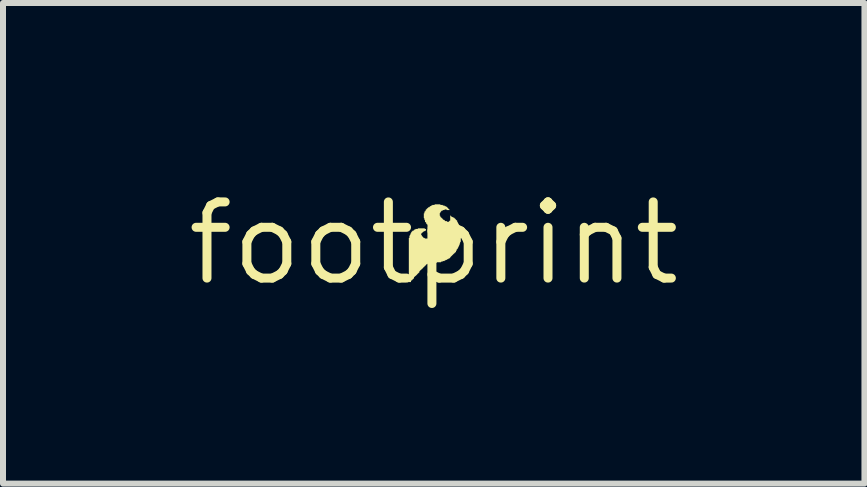
<source format=kicad_pcb>
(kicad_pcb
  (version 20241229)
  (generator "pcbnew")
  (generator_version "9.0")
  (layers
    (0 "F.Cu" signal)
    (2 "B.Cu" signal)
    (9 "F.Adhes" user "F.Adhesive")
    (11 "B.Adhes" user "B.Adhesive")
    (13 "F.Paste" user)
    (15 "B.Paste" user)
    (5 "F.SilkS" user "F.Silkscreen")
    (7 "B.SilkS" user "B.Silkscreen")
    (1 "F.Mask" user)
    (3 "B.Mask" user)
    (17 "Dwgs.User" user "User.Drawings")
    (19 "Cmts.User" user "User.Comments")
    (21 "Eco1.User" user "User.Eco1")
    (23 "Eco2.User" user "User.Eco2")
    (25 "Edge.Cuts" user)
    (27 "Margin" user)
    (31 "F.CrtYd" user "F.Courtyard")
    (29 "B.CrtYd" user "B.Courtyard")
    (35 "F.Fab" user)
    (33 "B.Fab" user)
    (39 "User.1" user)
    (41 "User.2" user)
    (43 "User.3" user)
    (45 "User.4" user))
  (footprint "footprint"
    (layer "F.Cu")
    (at 4.18 1.006)
    (property "Reference" "footprint" (at 0 0 0) (layer "F.SilkS") (effects (font (size 1.27 1.27) (thickness 0.15))))
    (fp_poly (pts (xy -0.057 -0.09) (xy -0.047 -0.09) (xy -0.037 -0.1) (xy -0.035 -0.1) (xy -0.035 -0.11) (xy -0.025 -0.11) (xy -0.025 -0.12) (xy -0.015 -0.12) (xy -0.015 -0.14) (xy -0.005 -0.14) (xy -0.005 -0.194) (xy -0.015 -0.194) (xy -0.015 -0.214) (xy -0.025 -0.214) (xy -0.025 -0.224) (xy -0.035 -0.224) (xy -0.035 -0.234) (xy -0.045 -0.234) (xy -0.045 -0.244) (xy -0.055 -0.244) (xy -0.055 -0.254) (xy -0.065 -0.254) (xy -0.065 -0.264) (xy -0.075 -0.264) (xy -0.075 -0.274) (xy -0.085 -0.274) (xy -0.085 -0.284) (xy -0.095 -0.284) (xy -0.095 -0.294) (xy -0.105 -0.294) (xy -0.105 -0.314) (xy -0.115 -0.314) (xy -0.115 -0.324) (xy -0.125 -0.324) (xy -0.125 -0.342) (xy -0.135 -0.352) (xy -0.135 -0.354) (xy -0.145 -0.354) (xy -0.145 -0.382) (xy -0.155 -0.392) (xy -0.155 -0.412) (xy -0.165 -0.422) (xy -0.165 -0.5) (xy -0.155 -0.5) (xy -0.155 -0.53) (xy -0.145 -0.53) (xy -0.145 -0.532) (xy -0.135 -0.542) (xy -0.135 -0.56) (xy -0.125 -0.56) (xy -0.125 -0.57) (xy -0.115 -0.57) (xy -0.115 -0.58) (xy -0.105 -0.58) (xy -0.105 -0.59) (xy -0.095 -0.59) (xy -0.095 -0.6) (xy -0.077 -0.6) (xy -0.067 -0.61) (xy -0.065 -0.61) (xy -0.065 -0.62) (xy -0.045 -0.62) (xy -0.045 -0.63) (xy -0.025 -0.63) (xy -0.025 -0.64) (xy 0.015 -0.64) (xy 0.015 -0.65) (xy 0.111 -0.65) (xy 0.111 -0.64) (xy 0.151 -0.64) (xy 0.151 -0.63) (xy 0.181 -0.63) (xy 0.181 -0.62) (xy 0.201 -0.62) (xy 0.201 -0.61) (xy 0.221 -0.61) (xy 0.221 -0.6) (xy 0.231 -0.6) (xy 0.231 -0.59) (xy 0.233 -0.59) (xy 0.269 -0.554) (xy 0.215 -0.554) (xy 0.215 -0.564) (xy 0.181 -0.564) (xy 0.181 -0.554) (xy 0.151 -0.554) (xy 0.151 -0.544) (xy 0.131 -0.544) (xy 0.131 -0.534) (xy 0.121 -0.534) (xy 0.121 -0.524) (xy 0.111 -0.524) (xy 0.111 -0.504) (xy 0.101 -0.504) (xy 0.101 -0.46) (xy 0.111 -0.46) (xy 0.111 -0.442) (xy 0.121 -0.432) (xy 0.121 -0.43) (xy 0.131 -0.43) (xy 0.131 -0.42) (xy 0.141 -0.42) (xy 0.141 -0.41) (xy 0.151 -0.41) (xy 0.151 -0.4) (xy 0.161 -0.4) (xy 0.161 -0.39) (xy 0.181 -0.39) (xy 0.181 -0.38) (xy 0.183 -0.38) (xy 0.193 -0.37) (xy 0.221 -0.37) (xy 0.221 -0.36) (xy 0.255 -0.36) (xy 0.255 -0.37) (xy 0.265 -0.37) (xy 0.265 -0.38) (xy 0.275 -0.38) (xy 0.275 -0.468) (xy 0.303 -0.44) (xy 0.313 -0.44) (xy 0.323 -0.43) (xy 0.341 -0.43) (xy 0.341 -0.42) (xy 0.351 -0.42) (xy 0.351 -0.41) (xy 0.361 -0.41) (xy 0.361 -0.4) (xy 0.371 -0.4) (xy 0.371 -0.39) (xy 0.381 -0.39) (xy 0.381 -0.38) (xy 0.391 -0.38) (xy 0.391 -0.362) (xy 0.401 -0.352) (xy 0.401 -0.342) (xy 0.411 -0.332) (xy 0.411 -0.322) (xy 0.421 -0.312) (xy 0.421 -0.302) (xy 0.431 -0.292) (xy 0.431 -0.28) (xy 0.441 -0.28) (xy 0.441 -0.24) (xy 0.451 -0.24) (xy 0.451 -0.172) (xy 0.461 -0.162) (xy 0.461 -0.084) (xy 0.451 -0.084) (xy 0.451 -0.024) (xy 0.441 -0.024) (xy 0.441 -0.002) (xy 0.431 0.008) (xy 0.431 0.028) (xy 0.421 0.038) (xy 0.421 0.048) (xy 0.411 0.058) (xy 0.411 0.068) (xy 0.401 0.078) (xy 0.401 0.088) (xy 0.381 0.108) (xy 0.381 0.126) (xy 0.371 0.126) (xy 0.371 0.146) (xy 0.361 0.146) (xy 0.361 0.156) (xy 0.351 0.156) (xy 0.351 0.166) (xy 0.341 0.166) (xy 0.341 0.168) (xy 0.283 0.226) (xy 0.281 0.226) (xy 0.281 0.236) (xy 0.271 0.236) (xy 0.271 0.246) (xy 0.261 0.246) (xy 0.261 0.256) (xy 0.241 0.256) (xy 0.241 0.266) (xy 0.221 0.266) (xy 0.221 0.276) (xy 0.203 0.276) (xy 0.193 0.286) (xy 0.181 0.286) (xy 0.181 0.296) (xy 0.153 0.296) (xy 0.143 0.306) (xy 0.121 0.306) (xy 0.121 0.316) (xy 0.051 0.316) (xy 0.051 0.326) (xy -0.027 0.326) (xy -0.037 0.316) (xy -0.047 0.316) (xy -0.057 0.326) (xy -0.079 0.326) (xy -0.079 0.336) (xy -0.099 0.336) (xy -0.099 0.346) (xy -0.119 0.346) (xy -0.119 0.356) (xy -0.129 0.356) (xy -0.129 0.366) (xy -0.139 0.366) (xy -0.139 0.376) (xy -0.149 0.376) (xy -0.149 0.386) (xy -0.159 0.386) (xy -0.159 0.396) (xy -0.169 0.396) (xy -0.169 0.406) (xy -0.179 0.406) (xy -0.179 0.416) (xy -0.189 0.416) (xy -0.189 0.426) (xy -0.199 0.426) (xy -0.199 0.436) (xy -0.209 0.436) (xy -0.209 0.438) (xy -0.239 0.468) (xy -0.239 0.486) (xy -0.249 0.486) (xy -0.249 0.496) (xy -0.259 0.496) (xy -0.259 0.506) (xy -0.269 0.506) (xy -0.269 0.516) (xy -0.279 0.516) (xy -0.279 0.526) (xy -0.289 0.526) (xy -0.289 0.536) (xy -0.299 0.536) (xy -0.299 0.546) (xy -0.309 0.546) (xy -0.309 0.548) (xy -0.329 0.568) (xy -0.329 0.586) (xy -0.339 0.586) (xy -0.339 0.596) (xy -0.349 0.596) (xy -0.349 0.606) (xy -0.359 0.606) (xy -0.359 0.616) (xy -0.369 0.616) (xy -0.369 0.618) (xy -0.379 0.628) (xy -0.379 0.646) (xy -0.415 0.646) (xy -0.415 -0.09) (xy -0.405 -0.09) (xy -0.405 -0.13) (xy -0.395 -0.13) (xy -0.395 -0.142) (xy -0.385 -0.152) (xy -0.385 -0.17) (xy -0.375 -0.17) (xy -0.375 -0.19) (xy -0.365 -0.19) (xy -0.365 -0.2) (xy -0.355 -0.2) (xy -0.355 -0.21) (xy -0.335 -0.21) (xy -0.335 -0.22) (xy -0.325 -0.22) (xy -0.325 -0.23) (xy -0.305 -0.23) (xy -0.305 -0.24) (xy -0.265 -0.24) (xy -0.265 -0.25) (xy -0.149 -0.25) (xy -0.149 -0.24) (xy -0.129 -0.24) (xy -0.129 -0.214) (xy -0.139 -0.214) (xy -0.139 -0.204) (xy -0.159 -0.204) (xy -0.159 -0.194) (xy -0.179 -0.194) (xy -0.179 -0.184) (xy -0.189 -0.184) (xy -0.189 -0.174) (xy -0.199 -0.174) (xy -0.199 -0.164) (xy -0.209 -0.164) (xy -0.209 -0.14) (xy -0.199 -0.14) (xy -0.199 -0.12) (xy -0.189 -0.12) (xy -0.189 -0.11) (xy -0.179 -0.11) (xy -0.179 -0.1) (xy -0.169 -0.1) (xy -0.169 -0.09) (xy -0.149 -0.09) (xy -0.149 -0.08) (xy -0.067 -0.08)) (stroke (width 0) (type solid)) (fill yes) (layer "F.SilkS")))
  (gr_rect
    (start -3 -3)
    (end 11.36 5.012)
    (stroke (width 0.1) (type default))
    (fill no)
    (layer "Edge.Cuts")))
</source>
